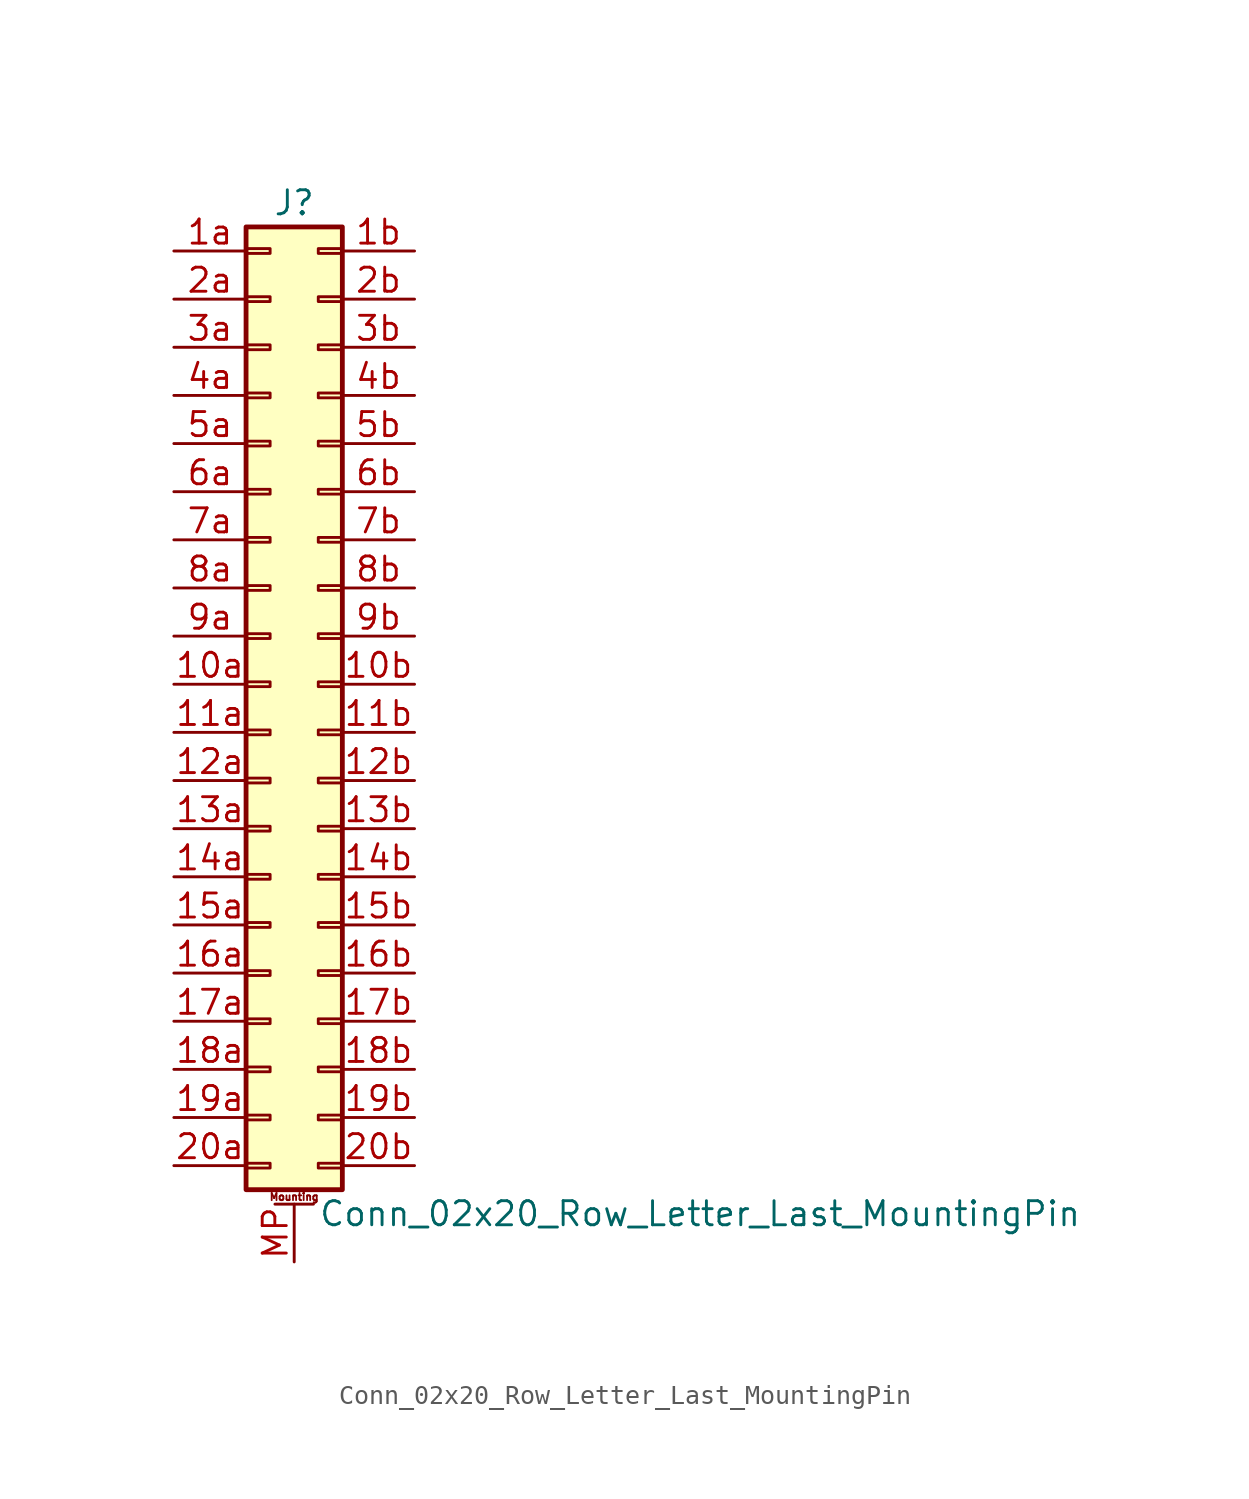
<source format=kicad_sym>
(kicad_symbol_lib
  (version 20211014)
  (generator kicad_symbol_editor)
  (symbol "Conn_02x20_Row_Letter_Last_MountingPin"
    (pin_names
      (offset 1.016) hide)
    (property "Reference" "J"
      (at 1.27 25.4 0)
      (effects (font (size 1.27 1.27))))
    (property "Value" "Conn_02x20_Row_Letter_Last_MountingPin"
      (at 2.54 -27.94 0)
      (effects (font (size 1.27 1.27)) (justify left)))
    (symbol "Conn_02x20_Row_Letter_Last_MountingPin_1_1"
      (rectangle (start -1.27 -25.273) (end 0 -25.527) (stroke (width 0.152) (type default) (color 0 0 0 0)) (fill (type none)))
      (rectangle (start -1.27 -22.733) (end 0 -22.987) (stroke (width 0.152) (type default) (color 0 0 0 0)) (fill (type none)))
      (rectangle (start -1.27 -20.193) (end 0 -20.447) (stroke (width 0.152) (type default) (color 0 0 0 0)) (fill (type none)))
      (rectangle (start -1.27 -17.653) (end 0 -17.907) (stroke (width 0.152) (type default) (color 0 0 0 0)) (fill (type none)))
      (rectangle (start -1.27 -15.113) (end 0 -15.367) (stroke (width 0.152) (type default) (color 0 0 0 0)) (fill (type none)))
      (rectangle (start -1.27 -12.573) (end 0 -12.827) (stroke (width 0.152) (type default) (color 0 0 0 0)) (fill (type none)))
      (rectangle (start -1.27 -10.033) (end 0 -10.287) (stroke (width 0.152) (type default) (color 0 0 0 0)) (fill (type none)))
      (rectangle (start -1.27 -7.493) (end 0 -7.747) (stroke (width 0.152) (type default) (color 0 0 0 0)) (fill (type none)))
      (rectangle (start -1.27 -4.953) (end 0 -5.207) (stroke (width 0.152) (type default) (color 0 0 0 0)) (fill (type none)))
      (rectangle (start -1.27 -2.413) (end 0 -2.667) (stroke (width 0.152) (type default) (color 0 0 0 0)) (fill (type none)))
      (rectangle (start -1.27 0.127) (end 0 -0.127) (stroke (width 0.152) (type default) (color 0 0 0 0)) (fill (type none)))
      (rectangle (start -1.27 2.667) (end 0 2.413) (stroke (width 0.152) (type default) (color 0 0 0 0)) (fill (type none)))
      (rectangle (start -1.27 5.207) (end 0 4.953) (stroke (width 0.152) (type default) (color 0 0 0 0)) (fill (type none)))
      (rectangle (start -1.27 7.747) (end 0 7.493) (stroke (width 0.152) (type default) (color 0 0 0 0)) (fill (type none)))
      (rectangle (start -1.27 10.287) (end 0 10.033) (stroke (width 0.152) (type default) (color 0 0 0 0)) (fill (type none)))
      (rectangle (start -1.27 12.827) (end 0 12.573) (stroke (width 0.152) (type default) (color 0 0 0 0)) (fill (type none)))
      (rectangle (start -1.27 15.367) (end 0 15.113) (stroke (width 0.152) (type default) (color 0 0 0 0)) (fill (type none)))
      (rectangle (start -1.27 17.907) (end 0 17.653) (stroke (width 0.152) (type default) (color 0 0 0 0)) (fill (type none)))
      (rectangle (start -1.27 20.447) (end 0 20.193) (stroke (width 0.152) (type default) (color 0 0 0 0)) (fill (type none)))
      (rectangle (start -1.27 22.987) (end 0 22.733) (stroke (width 0.152) (type default) (color 0 0 0 0)) (fill (type none)))
      (rectangle (start -1.27 24.13) (end 3.81 -26.67) (stroke (width 0.254) (type default) (color 0 0 0 0)) (fill (type background)))
      (polyline (pts (xy 0.254 -27.432) (xy 2.286 -27.432)) (stroke (width 0.152) (type default) (color 0 0 0 0)) (fill (type none)))
      (rectangle (start 3.81 -25.273) (end 2.54 -25.527) (stroke (width 0.152) (type default) (color 0 0 0 0)) (fill (type none)))
      (rectangle (start 3.81 -22.733) (end 2.54 -22.987) (stroke (width 0.152) (type default) (color 0 0 0 0)) (fill (type none)))
      (rectangle (start 3.81 -20.193) (end 2.54 -20.447) (stroke (width 0.152) (type default) (color 0 0 0 0)) (fill (type none)))
      (rectangle (start 3.81 -17.653) (end 2.54 -17.907) (stroke (width 0.152) (type default) (color 0 0 0 0)) (fill (type none)))
      (rectangle (start 3.81 -15.113) (end 2.54 -15.367) (stroke (width 0.152) (type default) (color 0 0 0 0)) (fill (type none)))
      (rectangle (start 3.81 -12.573) (end 2.54 -12.827) (stroke (width 0.152) (type default) (color 0 0 0 0)) (fill (type none)))
      (rectangle (start 3.81 -10.033) (end 2.54 -10.287) (stroke (width 0.152) (type default) (color 0 0 0 0)) (fill (type none)))
      (rectangle (start 3.81 -7.493) (end 2.54 -7.747) (stroke (width 0.152) (type default) (color 0 0 0 0)) (fill (type none)))
      (rectangle (start 3.81 -4.953) (end 2.54 -5.207) (stroke (width 0.152) (type default) (color 0 0 0 0)) (fill (type none)))
      (rectangle (start 3.81 -2.413) (end 2.54 -2.667) (stroke (width 0.152) (type default) (color 0 0 0 0)) (fill (type none)))
      (rectangle (start 3.81 0.127) (end 2.54 -0.127) (stroke (width 0.152) (type default) (color 0 0 0 0)) (fill (type none)))
      (rectangle (start 3.81 2.667) (end 2.54 2.413) (stroke (width 0.152) (type default) (color 0 0 0 0)) (fill (type none)))
      (rectangle (start 3.81 5.207) (end 2.54 4.953) (stroke (width 0.152) (type default) (color 0 0 0 0)) (fill (type none)))
      (rectangle (start 3.81 7.747) (end 2.54 7.493) (stroke (width 0.152) (type default) (color 0 0 0 0)) (fill (type none)))
      (rectangle (start 3.81 10.287) (end 2.54 10.033) (stroke (width 0.152) (type default) (color 0 0 0 0)) (fill (type none)))
      (rectangle (start 3.81 12.827) (end 2.54 12.573) (stroke (width 0.152) (type default) (color 0 0 0 0)) (fill (type none)))
      (rectangle (start 3.81 15.367) (end 2.54 15.113) (stroke (width 0.152) (type default) (color 0 0 0 0)) (fill (type none)))
      (rectangle (start 3.81 17.907) (end 2.54 17.653) (stroke (width 0.152) (type default) (color 0 0 0 0)) (fill (type none)))
      (rectangle (start 3.81 20.447) (end 2.54 20.193) (stroke (width 0.152) (type default) (color 0 0 0 0)) (fill (type none)))
      (rectangle (start 3.81 22.987) (end 2.54 22.733) (stroke (width 0.152) (type default) (color 0 0 0 0)) (fill (type none)))
      (text "Mounting" (at 1.27 -27.051 0) (effects (font (size 0.381 0.381))))
      (pin passive line (at -5.08 0 0) (length 3.81) (name "Pin_10a" (effects (font (size 1.27 1.27)))) (number "10a" (effects (font (size 1.27 1.27)))))
      (pin passive line (at 7.62 0 180) (length 3.81) (name "Pin_10b" (effects (font (size 1.27 1.27)))) (number "10b" (effects (font (size 1.27 1.27)))))
      (pin passive line (at -5.08 -2.54 0) (length 3.81) (name "Pin_11a" (effects (font (size 1.27 1.27)))) (number "11a" (effects (font (size 1.27 1.27)))))
      (pin passive line (at 7.62 -2.54 180) (length 3.81) (name "Pin_11b" (effects (font (size 1.27 1.27)))) (number "11b" (effects (font (size 1.27 1.27)))))
      (pin passive line (at -5.08 -5.08 0) (length 3.81) (name "Pin_12a" (effects (font (size 1.27 1.27)))) (number "12a" (effects (font (size 1.27 1.27)))))
      (pin passive line (at 7.62 -5.08 180) (length 3.81) (name "Pin_12b" (effects (font (size 1.27 1.27)))) (number "12b" (effects (font (size 1.27 1.27)))))
      (pin passive line (at -5.08 -7.62 0) (length 3.81) (name "Pin_13a" (effects (font (size 1.27 1.27)))) (number "13a" (effects (font (size 1.27 1.27)))))
      (pin passive line (at 7.62 -7.62 180) (length 3.81) (name "Pin_13b" (effects (font (size 1.27 1.27)))) (number "13b" (effects (font (size 1.27 1.27)))))
      (pin passive line (at -5.08 -10.16 0) (length 3.81) (name "Pin_14a" (effects (font (size 1.27 1.27)))) (number "14a" (effects (font (size 1.27 1.27)))))
      (pin passive line (at 7.62 -10.16 180) (length 3.81) (name "Pin_14b" (effects (font (size 1.27 1.27)))) (number "14b" (effects (font (size 1.27 1.27)))))
      (pin passive line (at -5.08 -12.7 0) (length 3.81) (name "Pin_15a" (effects (font (size 1.27 1.27)))) (number "15a" (effects (font (size 1.27 1.27)))))
      (pin passive line (at 7.62 -12.7 180) (length 3.81) (name "Pin_15b" (effects (font (size 1.27 1.27)))) (number "15b" (effects (font (size 1.27 1.27)))))
      (pin passive line (at -5.08 -15.24 0) (length 3.81) (name "Pin_16a" (effects (font (size 1.27 1.27)))) (number "16a" (effects (font (size 1.27 1.27)))))
      (pin passive line (at 7.62 -15.24 180) (length 3.81) (name "Pin_16b" (effects (font (size 1.27 1.27)))) (number "16b" (effects (font (size 1.27 1.27)))))
      (pin passive line (at -5.08 -17.78 0) (length 3.81) (name "Pin_17a" (effects (font (size 1.27 1.27)))) (number "17a" (effects (font (size 1.27 1.27)))))
      (pin passive line (at 7.62 -17.78 180) (length 3.81) (name "Pin_17b" (effects (font (size 1.27 1.27)))) (number "17b" (effects (font (size 1.27 1.27)))))
      (pin passive line (at -5.08 -20.32 0) (length 3.81) (name "Pin_18a" (effects (font (size 1.27 1.27)))) (number "18a" (effects (font (size 1.27 1.27)))))
      (pin passive line (at 7.62 -20.32 180) (length 3.81) (name "Pin_18b" (effects (font (size 1.27 1.27)))) (number "18b" (effects (font (size 1.27 1.27)))))
      (pin passive line (at -5.08 -22.86 0) (length 3.81) (name "Pin_19a" (effects (font (size 1.27 1.27)))) (number "19a" (effects (font (size 1.27 1.27)))))
      (pin passive line (at 7.62 -22.86 180) (length 3.81) (name "Pin_19b" (effects (font (size 1.27 1.27)))) (number "19b" (effects (font (size 1.27 1.27)))))
      (pin passive line (at -5.08 22.86 0) (length 3.81) (name "Pin_1a" (effects (font (size 1.27 1.27)))) (number "1a" (effects (font (size 1.27 1.27)))))
      (pin passive line (at 7.62 22.86 180) (length 3.81) (name "Pin_1b" (effects (font (size 1.27 1.27)))) (number "1b" (effects (font (size 1.27 1.27)))))
      (pin passive line (at -5.08 -25.4 0) (length 3.81) (name "Pin_20a" (effects (font (size 1.27 1.27)))) (number "20a" (effects (font (size 1.27 1.27)))))
      (pin passive line (at 7.62 -25.4 180) (length 3.81) (name "Pin_20b" (effects (font (size 1.27 1.27)))) (number "20b" (effects (font (size 1.27 1.27)))))
      (pin passive line (at -5.08 20.32 0) (length 3.81) (name "Pin_2a" (effects (font (size 1.27 1.27)))) (number "2a" (effects (font (size 1.27 1.27)))))
      (pin passive line (at 7.62 20.32 180) (length 3.81) (name "Pin_2b" (effects (font (size 1.27 1.27)))) (number "2b" (effects (font (size 1.27 1.27)))))
      (pin passive line (at -5.08 17.78 0) (length 3.81) (name "Pin_3a" (effects (font (size 1.27 1.27)))) (number "3a" (effects (font (size 1.27 1.27)))))
      (pin passive line (at 7.62 17.78 180) (length 3.81) (name "Pin_3b" (effects (font (size 1.27 1.27)))) (number "3b" (effects (font (size 1.27 1.27)))))
      (pin passive line (at -5.08 15.24 0) (length 3.81) (name "Pin_4a" (effects (font (size 1.27 1.27)))) (number "4a" (effects (font (size 1.27 1.27)))))
      (pin passive line (at 7.62 15.24 180) (length 3.81) (name "Pin_4b" (effects (font (size 1.27 1.27)))) (number "4b" (effects (font (size 1.27 1.27)))))
      (pin passive line (at -5.08 12.7 0) (length 3.81) (name "Pin_5a" (effects (font (size 1.27 1.27)))) (number "5a" (effects (font (size 1.27 1.27)))))
      (pin passive line (at 7.62 12.7 180) (length 3.81) (name "Pin_5b" (effects (font (size 1.27 1.27)))) (number "5b" (effects (font (size 1.27 1.27)))))
      (pin passive line (at -5.08 10.16 0) (length 3.81) (name "Pin_6a" (effects (font (size 1.27 1.27)))) (number "6a" (effects (font (size 1.27 1.27)))))
      (pin passive line (at 7.62 10.16 180) (length 3.81) (name "Pin_6b" (effects (font (size 1.27 1.27)))) (number "6b" (effects (font (size 1.27 1.27)))))
      (pin passive line (at -5.08 7.62 0) (length 3.81) (name "Pin_7a" (effects (font (size 1.27 1.27)))) (number "7a" (effects (font (size 1.27 1.27)))))
      (pin passive line (at 7.62 7.62 180) (length 3.81) (name "Pin_7b" (effects (font (size 1.27 1.27)))) (number "7b" (effects (font (size 1.27 1.27)))))
      (pin passive line (at -5.08 5.08 0) (length 3.81) (name "Pin_8a" (effects (font (size 1.27 1.27)))) (number "8a" (effects (font (size 1.27 1.27)))))
      (pin passive line (at 7.62 5.08 180) (length 3.81) (name "Pin_8b" (effects (font (size 1.27 1.27)))) (number "8b" (effects (font (size 1.27 1.27)))))
      (pin passive line (at -5.08 2.54 0) (length 3.81) (name "Pin_9a" (effects (font (size 1.27 1.27)))) (number "9a" (effects (font (size 1.27 1.27)))))
      (pin passive line (at 7.62 2.54 180) (length 3.81) (name "Pin_9b" (effects (font (size 1.27 1.27)))) (number "9b" (effects (font (size 1.27 1.27)))))
      (pin passive line (at 1.27 -30.48 90) (length 3.048) (name "MountPin" (effects (font (size 1.27 1.27)))) (number "MP" (effects (font (size 1.27 1.27))))))))
</source>
